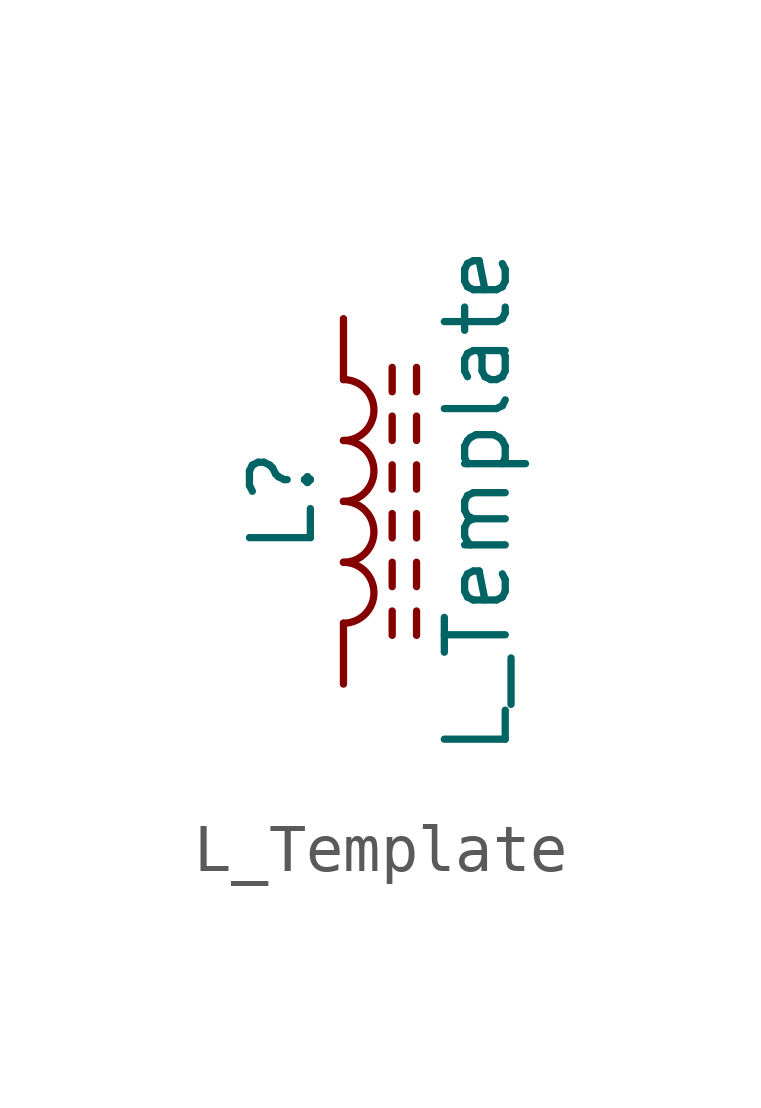
<source format=kicad_sym>
(kicad_symbol_lib
  (version 20211014)
  (generator kicad_symbol_editor)
  (symbol "L_Template"
    (pin_numbers hide)
    (pin_names
      (offset 1.016) hide)
    (property "Reference" "L"
      (at -1.27 0 90)
      (effects (font (size 1.27 1.27))))
    (property "Value" "L_Template"
      (at 2.794 0 90)
      (effects (font (size 1.27 1.27))))
    (symbol "L_Template_0_1"
      (arc (start 0 -2.54) (mid 0.635 -1.905) (end 0 -1.27) (stroke (width 0) (type default) (color 0 0 0 0)) (fill (type none)))
      (arc (start 0 -1.27) (mid 0.635 -0.635) (end 0 0) (stroke (width 0) (type default) (color 0 0 0 0)) (fill (type none)))
      (polyline (pts (xy 1.016 -2.794) (xy 1.016 -2.286)) (stroke (width 0) (type default) (color 0 0 0 0)) (fill (type none)))
      (polyline (pts (xy 1.016 -1.778) (xy 1.016 -1.27)) (stroke (width 0) (type default) (color 0 0 0 0)) (fill (type none)))
      (polyline (pts (xy 1.016 -0.762) (xy 1.016 -0.254)) (stroke (width 0) (type default) (color 0 0 0 0)) (fill (type none)))
      (polyline (pts (xy 1.016 0.254) (xy 1.016 0.762)) (stroke (width 0) (type default) (color 0 0 0 0)) (fill (type none)))
      (polyline (pts (xy 1.016 1.27) (xy 1.016 1.778)) (stroke (width 0) (type default) (color 0 0 0 0)) (fill (type none)))
      (polyline (pts (xy 1.016 2.286) (xy 1.016 2.794)) (stroke (width 0) (type default) (color 0 0 0 0)) (fill (type none)))
      (polyline (pts (xy 1.524 -2.286) (xy 1.524 -2.794)) (stroke (width 0) (type default) (color 0 0 0 0)) (fill (type none)))
      (polyline (pts (xy 1.524 -1.27) (xy 1.524 -1.778)) (stroke (width 0) (type default) (color 0 0 0 0)) (fill (type none)))
      (polyline (pts (xy 1.524 -0.254) (xy 1.524 -0.762)) (stroke (width 0) (type default) (color 0 0 0 0)) (fill (type none)))
      (polyline (pts (xy 1.524 0.762) (xy 1.524 0.254)) (stroke (width 0) (type default) (color 0 0 0 0)) (fill (type none)))
      (polyline (pts (xy 1.524 1.778) (xy 1.524 1.27)) (stroke (width 0) (type default) (color 0 0 0 0)) (fill (type none)))
      (polyline (pts (xy 1.524 2.794) (xy 1.524 2.286)) (stroke (width 0) (type default) (color 0 0 0 0)) (fill (type none)))
      (arc (start 0 0) (mid 0.635 0.635) (end 0 1.27) (stroke (width 0) (type default) (color 0 0 0 0)) (fill (type none)))
      (arc (start 0 1.27) (mid 0.635 1.905) (end 0 2.54) (stroke (width 0) (type default) (color 0 0 0 0)) (fill (type none))))
    (symbol "L_Template_1_1"
      (pin passive line (at 0 3.81 270) (length 1.27) (name "1" (effects (font (size 1.27 1.27)))) (number "1" (effects (font (size 1.27 1.27)))))
      (pin passive line (at 0 -3.81 90) (length 1.27) (name "2" (effects (font (size 1.27 1.27)))) (number "2" (effects (font (size 1.27 1.27))))))))
</source>
